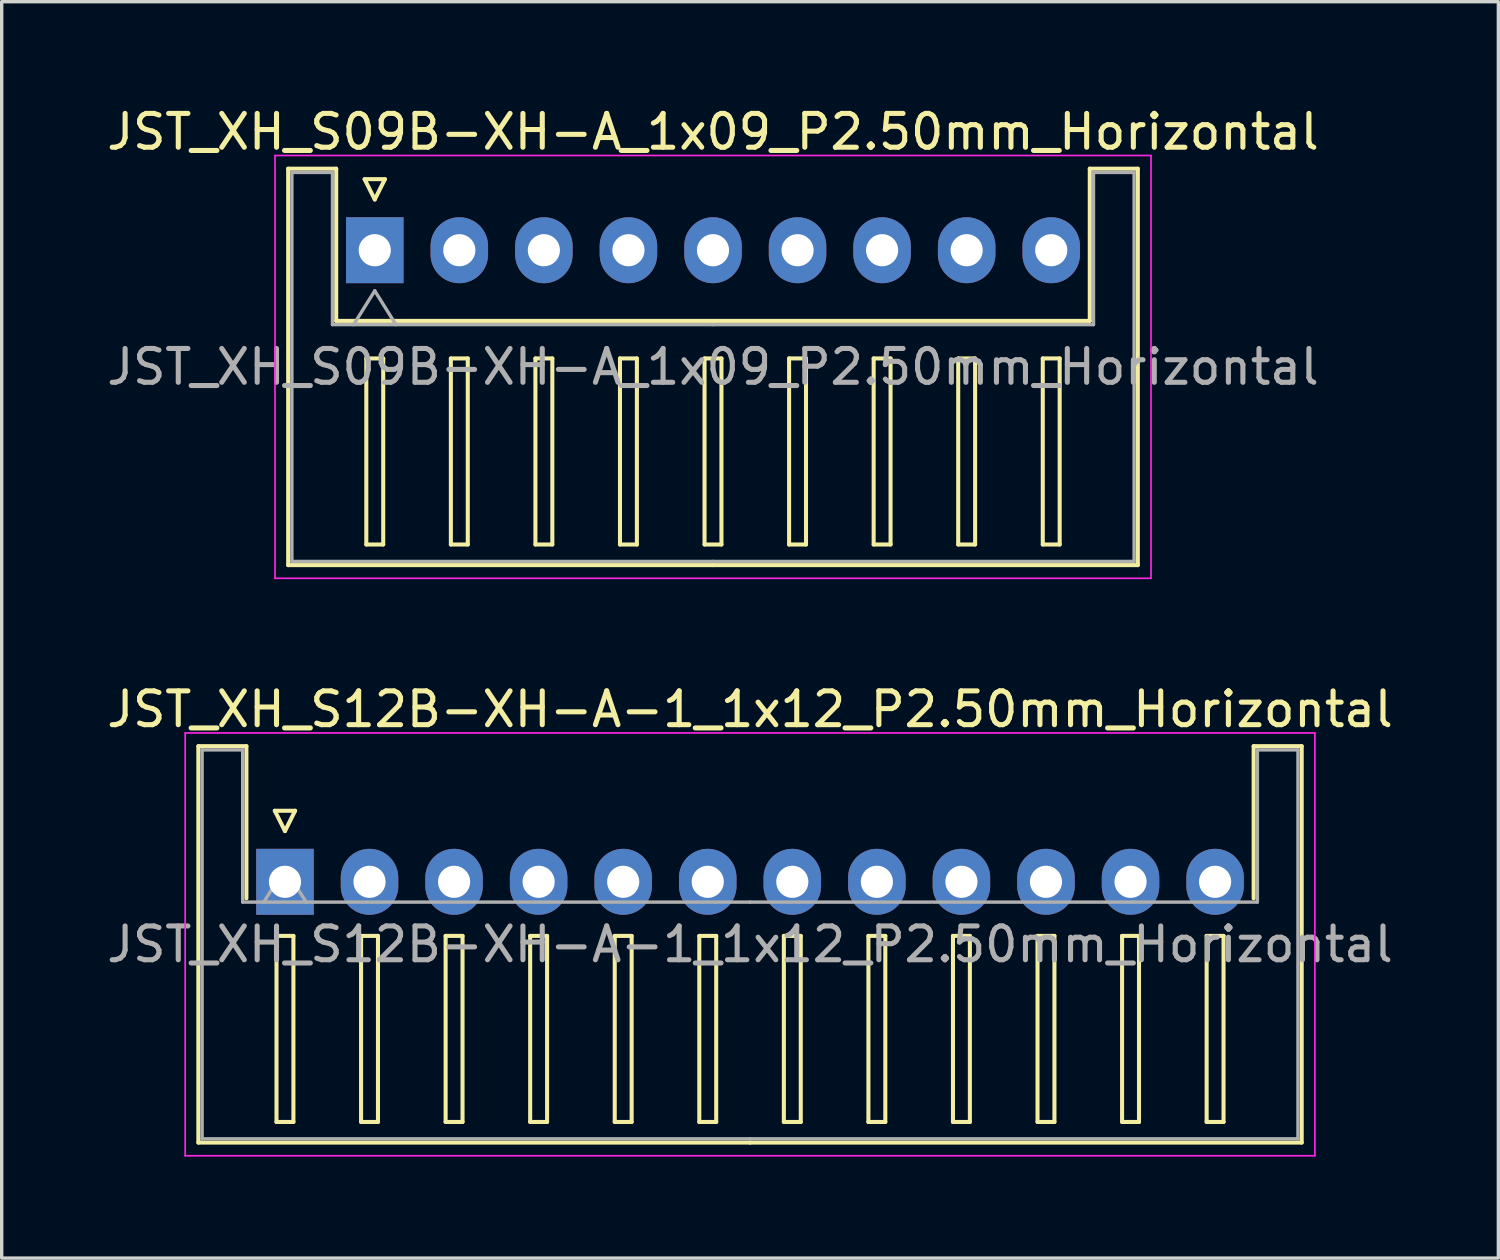
<source format=kicad_pcb>
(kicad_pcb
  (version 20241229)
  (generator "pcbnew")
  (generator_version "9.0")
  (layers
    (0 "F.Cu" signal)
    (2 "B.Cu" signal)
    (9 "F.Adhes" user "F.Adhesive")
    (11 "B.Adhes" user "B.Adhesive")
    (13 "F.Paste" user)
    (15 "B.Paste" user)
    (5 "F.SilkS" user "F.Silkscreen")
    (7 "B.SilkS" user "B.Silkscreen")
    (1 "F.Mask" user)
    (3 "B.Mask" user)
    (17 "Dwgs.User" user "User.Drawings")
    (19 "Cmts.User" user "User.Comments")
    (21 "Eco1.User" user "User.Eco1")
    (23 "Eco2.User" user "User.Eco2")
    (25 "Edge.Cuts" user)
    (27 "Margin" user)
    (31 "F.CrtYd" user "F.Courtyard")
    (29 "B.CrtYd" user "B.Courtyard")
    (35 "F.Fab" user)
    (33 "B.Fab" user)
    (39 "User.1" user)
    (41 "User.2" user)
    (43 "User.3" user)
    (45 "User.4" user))
  (footprint "JST_XH_S09B-XH-A_1x09_P2.50mm_Horizontal"
    (layer "F.Cu")
    (at 8.03 4.348)
    (property "Reference" "JST_XH_S09B-XH-A_1x09_P2.50mm_Horizontal" (at 10 -3.5 0) (layer "F.SilkS") (effects (font (size 1 1) (thickness 0.15))))
    (attr through_hole)
    (fp_line (start -2.56 -2.41) (end -1.14 -2.41) (stroke (width 0.12) (type solid)) (layer "F.SilkS"))
    (fp_line (start -2.56 9.31) (end -2.56 -2.41) (stroke (width 0.12) (type solid)) (layer "F.SilkS"))
    (fp_line (start -1.14 -2.41) (end -1.14 2.09) (stroke (width 0.12) (type solid)) (layer "F.SilkS"))
    (fp_line (start -1.14 2.09) (end 10 2.09) (stroke (width 0.12) (type solid)) (layer "F.SilkS"))
    (fp_line (start -0.3 -2.1) (end 0.3 -2.1) (stroke (width 0.12) (type solid)) (layer "F.SilkS"))
    (fp_line (start -0.25 3.2) (end -0.25 8.7) (stroke (width 0.12) (type solid)) (layer "F.SilkS"))
    (fp_line (start -0.25 8.7) (end 0.25 8.7) (stroke (width 0.12) (type solid)) (layer "F.SilkS"))
    (fp_line (start 0 -1.5) (end -0.3 -2.1) (stroke (width 0.12) (type solid)) (layer "F.SilkS"))
    (fp_line (start 0.25 3.2) (end -0.25 3.2) (stroke (width 0.12) (type solid)) (layer "F.SilkS"))
    (fp_line (start 0.25 8.7) (end 0.25 3.2) (stroke (width 0.12) (type solid)) (layer "F.SilkS"))
    (fp_line (start 0.3 -2.1) (end 0 -1.5) (stroke (width 0.12) (type solid)) (layer "F.SilkS"))
    (fp_line (start 2.25 3.2) (end 2.25 8.7) (stroke (width 0.12) (type solid)) (layer "F.SilkS"))
    (fp_line (start 2.25 8.7) (end 2.75 8.7) (stroke (width 0.12) (type solid)) (layer "F.SilkS"))
    (fp_line (start 2.75 3.2) (end 2.25 3.2) (stroke (width 0.12) (type solid)) (layer "F.SilkS"))
    (fp_line (start 2.75 8.7) (end 2.75 3.2) (stroke (width 0.12) (type solid)) (layer "F.SilkS"))
    (fp_line (start 4.75 3.2) (end 4.75 8.7) (stroke (width 0.12) (type solid)) (layer "F.SilkS"))
    (fp_line (start 4.75 8.7) (end 5.25 8.7) (stroke (width 0.12) (type solid)) (layer "F.SilkS"))
    (fp_line (start 5.25 3.2) (end 4.75 3.2) (stroke (width 0.12) (type solid)) (layer "F.SilkS"))
    (fp_line (start 5.25 8.7) (end 5.25 3.2) (stroke (width 0.12) (type solid)) (layer "F.SilkS"))
    (fp_line (start 7.25 3.2) (end 7.25 8.7) (stroke (width 0.12) (type solid)) (layer "F.SilkS"))
    (fp_line (start 7.25 8.7) (end 7.75 8.7) (stroke (width 0.12) (type solid)) (layer "F.SilkS"))
    (fp_line (start 7.75 3.2) (end 7.25 3.2) (stroke (width 0.12) (type solid)) (layer "F.SilkS"))
    (fp_line (start 7.75 8.7) (end 7.75 3.2) (stroke (width 0.12) (type solid)) (layer "F.SilkS"))
    (fp_line (start 9.75 3.2) (end 9.75 8.7) (stroke (width 0.12) (type solid)) (layer "F.SilkS"))
    (fp_line (start 9.75 8.7) (end 10.25 8.7) (stroke (width 0.12) (type solid)) (layer "F.SilkS"))
    (fp_line (start 10 9.31) (end -2.56 9.31) (stroke (width 0.12) (type solid)) (layer "F.SilkS"))
    (fp_line (start 10 9.31) (end 22.56 9.31) (stroke (width 0.12) (type solid)) (layer "F.SilkS"))
    (fp_line (start 10.25 3.2) (end 9.75 3.2) (stroke (width 0.12) (type solid)) (layer "F.SilkS"))
    (fp_line (start 10.25 8.7) (end 10.25 3.2) (stroke (width 0.12) (type solid)) (layer "F.SilkS"))
    (fp_line (start 12.25 3.2) (end 12.25 8.7) (stroke (width 0.12) (type solid)) (layer "F.SilkS"))
    (fp_line (start 12.25 8.7) (end 12.75 8.7) (stroke (width 0.12) (type solid)) (layer "F.SilkS"))
    (fp_line (start 12.75 3.2) (end 12.25 3.2) (stroke (width 0.12) (type solid)) (layer "F.SilkS"))
    (fp_line (start 12.75 8.7) (end 12.75 3.2) (stroke (width 0.12) (type solid)) (layer "F.SilkS"))
    (fp_line (start 14.75 3.2) (end 14.75 8.7) (stroke (width 0.12) (type solid)) (layer "F.SilkS"))
    (fp_line (start 14.75 8.7) (end 15.25 8.7) (stroke (width 0.12) (type solid)) (layer "F.SilkS"))
    (fp_line (start 15.25 3.2) (end 14.75 3.2) (stroke (width 0.12) (type solid)) (layer "F.SilkS"))
    (fp_line (start 15.25 8.7) (end 15.25 3.2) (stroke (width 0.12) (type solid)) (layer "F.SilkS"))
    (fp_line (start 17.25 3.2) (end 17.25 8.7) (stroke (width 0.12) (type solid)) (layer "F.SilkS"))
    (fp_line (start 17.25 8.7) (end 17.75 8.7) (stroke (width 0.12) (type solid)) (layer "F.SilkS"))
    (fp_line (start 17.75 3.2) (end 17.25 3.2) (stroke (width 0.12) (type solid)) (layer "F.SilkS"))
    (fp_line (start 17.75 8.7) (end 17.75 3.2) (stroke (width 0.12) (type solid)) (layer "F.SilkS"))
    (fp_line (start 19.75 3.2) (end 19.75 8.7) (stroke (width 0.12) (type solid)) (layer "F.SilkS"))
    (fp_line (start 19.75 8.7) (end 20.25 8.7) (stroke (width 0.12) (type solid)) (layer "F.SilkS"))
    (fp_line (start 20.25 3.2) (end 19.75 3.2) (stroke (width 0.12) (type solid)) (layer "F.SilkS"))
    (fp_line (start 20.25 8.7) (end 20.25 3.2) (stroke (width 0.12) (type solid)) (layer "F.SilkS"))
    (fp_line (start 21.14 -2.41) (end 21.14 2.09) (stroke (width 0.12) (type solid)) (layer "F.SilkS"))
    (fp_line (start 21.14 2.09) (end 10 2.09) (stroke (width 0.12) (type solid)) (layer "F.SilkS"))
    (fp_line (start 22.56 -2.41) (end 21.14 -2.41) (stroke (width 0.12) (type solid)) (layer "F.SilkS"))
    (fp_line (start 22.56 9.31) (end 22.56 -2.41) (stroke (width 0.12) (type solid)) (layer "F.SilkS"))
    (fp_line (start -2.95 -2.8) (end -2.95 9.7) (stroke (width 0.05) (type solid)) (layer "F.CrtYd"))
    (fp_line (start -2.95 9.7) (end 22.95 9.7) (stroke (width 0.05) (type solid)) (layer "F.CrtYd"))
    (fp_line (start 22.95 -2.8) (end -2.95 -2.8) (stroke (width 0.05) (type solid)) (layer "F.CrtYd"))
    (fp_line (start 22.95 9.7) (end 22.95 -2.8) (stroke (width 0.05) (type solid)) (layer "F.CrtYd"))
    (fp_line (start -2.45 -2.3) (end -1.25 -2.3) (stroke (width 0.1) (type solid)) (layer "F.Fab"))
    (fp_line (start -2.45 9.2) (end -2.45 -2.3) (stroke (width 0.1) (type solid)) (layer "F.Fab"))
    (fp_line (start -1.25 -2.3) (end -1.25 2.2) (stroke (width 0.1) (type solid)) (layer "F.Fab"))
    (fp_line (start -1.25 2.2) (end 10 2.2) (stroke (width 0.1) (type solid)) (layer "F.Fab"))
    (fp_line (start -0.625 2.2) (end 0 1.2) (stroke (width 0.1) (type solid)) (layer "F.Fab"))
    (fp_line (start 0 1.2) (end 0.625 2.2) (stroke (width 0.1) (type solid)) (layer "F.Fab"))
    (fp_line (start 10 9.2) (end -2.45 9.2) (stroke (width 0.1) (type solid)) (layer "F.Fab"))
    (fp_line (start 10 9.2) (end 22.45 9.2) (stroke (width 0.1) (type solid)) (layer "F.Fab"))
    (fp_line (start 21.25 -2.3) (end 21.25 2.2) (stroke (width 0.1) (type solid)) (layer "F.Fab"))
    (fp_line (start 21.25 2.2) (end 10 2.2) (stroke (width 0.1) (type solid)) (layer "F.Fab"))
    (fp_line (start 22.45 -2.3) (end 21.25 -2.3) (stroke (width 0.1) (type solid)) (layer "F.Fab"))
    (fp_line (start 22.45 9.2) (end 22.45 -2.3) (stroke (width 0.1) (type solid)) (layer "F.Fab"))
    (fp_text user "${REFERENCE}" (at 10 3.45 0) (layer "F.Fab") (effects (font (size 1 1) (thickness 0.15))))
    (pad "1" thru_hole rect (at 0 0) (size 1.7 1.95) (drill 0.95) (layers "*.Cu" "*.Mask"))
    (pad "2" thru_hole oval (at 2.5 0) (size 1.7 1.95) (drill 0.95) (layers "*.Cu" "*.Mask"))
    (pad "3" thru_hole oval (at 5 0) (size 1.7 1.95) (drill 0.95) (layers "*.Cu" "*.Mask"))
    (pad "4" thru_hole oval (at 7.5 0) (size 1.7 1.95) (drill 0.95) (layers "*.Cu" "*.Mask"))
    (pad "5" thru_hole oval (at 10 0) (size 1.7 1.95) (drill 0.95) (layers "*.Cu" "*.Mask"))
    (pad "6" thru_hole oval (at 12.5 0) (size 1.7 1.95) (drill 0.95) (layers "*.Cu" "*.Mask"))
    (pad "7" thru_hole oval (at 15 0) (size 1.7 1.95) (drill 0.95) (layers "*.Cu" "*.Mask"))
    (pad "8" thru_hole oval (at 17.5 0) (size 1.7 1.95) (drill 0.95) (layers "*.Cu" "*.Mask"))
    (pad "9" thru_hole oval (at 20 0) (size 1.7 1.95) (drill 0.95) (layers "*.Cu" "*.Mask")))
  (footprint "JST_XH_S12B-XH-A-1_1x12_P2.50mm_Horizontal"
    (layer "F.Cu")
    (at 5.375 23.021)
    (property "Reference" "JST_XH_S12B-XH-A-1_1x12_P2.50mm_Horizontal" (at 13.75 -5.1 0) (layer "F.SilkS") (effects (font (size 1 1) (thickness 0.15))))
    (attr through_hole)
    (fp_line (start -2.56 -4.01) (end -1.14 -4.01) (stroke (width 0.12) (type solid)) (layer "F.SilkS"))
    (fp_line (start -2.56 7.71) (end -2.56 -4.01) (stroke (width 0.12) (type solid)) (layer "F.SilkS"))
    (fp_line (start -1.14 -4.01) (end -1.14 0.49) (stroke (width 0.12) (type solid)) (layer "F.SilkS"))
    (fp_line (start -0.3 -2.1) (end 0.3 -2.1) (stroke (width 0.12) (type solid)) (layer "F.SilkS"))
    (fp_line (start -0.25 1.6) (end -0.25 7.1) (stroke (width 0.12) (type solid)) (layer "F.SilkS"))
    (fp_line (start -0.25 7.1) (end 0.25 7.1) (stroke (width 0.12) (type solid)) (layer "F.SilkS"))
    (fp_line (start 0 -1.5) (end -0.3 -2.1) (stroke (width 0.12) (type solid)) (layer "F.SilkS"))
    (fp_line (start 0.25 1.6) (end -0.25 1.6) (stroke (width 0.12) (type solid)) (layer "F.SilkS"))
    (fp_line (start 0.25 7.1) (end 0.25 1.6) (stroke (width 0.12) (type solid)) (layer "F.SilkS"))
    (fp_line (start 0.3 -2.1) (end 0 -1.5) (stroke (width 0.12) (type solid)) (layer "F.SilkS"))
    (fp_line (start 2.25 1.6) (end 2.25 7.1) (stroke (width 0.12) (type solid)) (layer "F.SilkS"))
    (fp_line (start 2.25 7.1) (end 2.75 7.1) (stroke (width 0.12) (type solid)) (layer "F.SilkS"))
    (fp_line (start 2.75 1.6) (end 2.25 1.6) (stroke (width 0.12) (type solid)) (layer "F.SilkS"))
    (fp_line (start 2.75 7.1) (end 2.75 1.6) (stroke (width 0.12) (type solid)) (layer "F.SilkS"))
    (fp_line (start 4.75 1.6) (end 4.75 7.1) (stroke (width 0.12) (type solid)) (layer "F.SilkS"))
    (fp_line (start 4.75 7.1) (end 5.25 7.1) (stroke (width 0.12) (type solid)) (layer "F.SilkS"))
    (fp_line (start 5.25 1.6) (end 4.75 1.6) (stroke (width 0.12) (type solid)) (layer "F.SilkS"))
    (fp_line (start 5.25 7.1) (end 5.25 1.6) (stroke (width 0.12) (type solid)) (layer "F.SilkS"))
    (fp_line (start 7.25 1.6) (end 7.25 7.1) (stroke (width 0.12) (type solid)) (layer "F.SilkS"))
    (fp_line (start 7.25 7.1) (end 7.75 7.1) (stroke (width 0.12) (type solid)) (layer "F.SilkS"))
    (fp_line (start 7.75 1.6) (end 7.25 1.6) (stroke (width 0.12) (type solid)) (layer "F.SilkS"))
    (fp_line (start 7.75 7.1) (end 7.75 1.6) (stroke (width 0.12) (type solid)) (layer "F.SilkS"))
    (fp_line (start 9.75 1.6) (end 9.75 7.1) (stroke (width 0.12) (type solid)) (layer "F.SilkS"))
    (fp_line (start 9.75 7.1) (end 10.25 7.1) (stroke (width 0.12) (type solid)) (layer "F.SilkS"))
    (fp_line (start 10.25 1.6) (end 9.75 1.6) (stroke (width 0.12) (type solid)) (layer "F.SilkS"))
    (fp_line (start 10.25 7.1) (end 10.25 1.6) (stroke (width 0.12) (type solid)) (layer "F.SilkS"))
    (fp_line (start 12.25 1.6) (end 12.25 7.1) (stroke (width 0.12) (type solid)) (layer "F.SilkS"))
    (fp_line (start 12.25 7.1) (end 12.75 7.1) (stroke (width 0.12) (type solid)) (layer "F.SilkS"))
    (fp_line (start 12.75 1.6) (end 12.25 1.6) (stroke (width 0.12) (type solid)) (layer "F.SilkS"))
    (fp_line (start 12.75 7.1) (end 12.75 1.6) (stroke (width 0.12) (type solid)) (layer "F.SilkS"))
    (fp_line (start 13.75 7.71) (end -2.56 7.71) (stroke (width 0.12) (type solid)) (layer "F.SilkS"))
    (fp_line (start 13.75 7.71) (end 30.06 7.71) (stroke (width 0.12) (type solid)) (layer "F.SilkS"))
    (fp_line (start 14.75 1.6) (end 14.75 7.1) (stroke (width 0.12) (type solid)) (layer "F.SilkS"))
    (fp_line (start 14.75 7.1) (end 15.25 7.1) (stroke (width 0.12) (type solid)) (layer "F.SilkS"))
    (fp_line (start 15.25 1.6) (end 14.75 1.6) (stroke (width 0.12) (type solid)) (layer "F.SilkS"))
    (fp_line (start 15.25 7.1) (end 15.25 1.6) (stroke (width 0.12) (type solid)) (layer "F.SilkS"))
    (fp_line (start 17.25 1.6) (end 17.25 7.1) (stroke (width 0.12) (type solid)) (layer "F.SilkS"))
    (fp_line (start 17.25 7.1) (end 17.75 7.1) (stroke (width 0.12) (type solid)) (layer "F.SilkS"))
    (fp_line (start 17.75 1.6) (end 17.25 1.6) (stroke (width 0.12) (type solid)) (layer "F.SilkS"))
    (fp_line (start 17.75 7.1) (end 17.75 1.6) (stroke (width 0.12) (type solid)) (layer "F.SilkS"))
    (fp_line (start 19.75 1.6) (end 19.75 7.1) (stroke (width 0.12) (type solid)) (layer "F.SilkS"))
    (fp_line (start 19.75 7.1) (end 20.25 7.1) (stroke (width 0.12) (type solid)) (layer "F.SilkS"))
    (fp_line (start 20.25 1.6) (end 19.75 1.6) (stroke (width 0.12) (type solid)) (layer "F.SilkS"))
    (fp_line (start 20.25 7.1) (end 20.25 1.6) (stroke (width 0.12) (type solid)) (layer "F.SilkS"))
    (fp_line (start 22.25 1.6) (end 22.25 7.1) (stroke (width 0.12) (type solid)) (layer "F.SilkS"))
    (fp_line (start 22.25 7.1) (end 22.75 7.1) (stroke (width 0.12) (type solid)) (layer "F.SilkS"))
    (fp_line (start 22.75 1.6) (end 22.25 1.6) (stroke (width 0.12) (type solid)) (layer "F.SilkS"))
    (fp_line (start 22.75 7.1) (end 22.75 1.6) (stroke (width 0.12) (type solid)) (layer "F.SilkS"))
    (fp_line (start 24.75 1.6) (end 24.75 7.1) (stroke (width 0.12) (type solid)) (layer "F.SilkS"))
    (fp_line (start 24.75 7.1) (end 25.25 7.1) (stroke (width 0.12) (type solid)) (layer "F.SilkS"))
    (fp_line (start 25.25 1.6) (end 24.75 1.6) (stroke (width 0.12) (type solid)) (layer "F.SilkS"))
    (fp_line (start 25.25 7.1) (end 25.25 1.6) (stroke (width 0.12) (type solid)) (layer "F.SilkS"))
    (fp_line (start 27.25 1.6) (end 27.25 7.1) (stroke (width 0.12) (type solid)) (layer "F.SilkS"))
    (fp_line (start 27.25 7.1) (end 27.75 7.1) (stroke (width 0.12) (type solid)) (layer "F.SilkS"))
    (fp_line (start 27.75 1.6) (end 27.25 1.6) (stroke (width 0.12) (type solid)) (layer "F.SilkS"))
    (fp_line (start 27.75 7.1) (end 27.75 1.6) (stroke (width 0.12) (type solid)) (layer "F.SilkS"))
    (fp_line (start 28.64 -4.01) (end 28.64 0.49) (stroke (width 0.12) (type solid)) (layer "F.SilkS"))
    (fp_line (start 30.06 -4.01) (end 28.64 -4.01) (stroke (width 0.12) (type solid)) (layer "F.SilkS"))
    (fp_line (start 30.06 7.71) (end 30.06 -4.01) (stroke (width 0.12) (type solid)) (layer "F.SilkS"))
    (fp_line (start -2.95 -4.4) (end -2.95 8.1) (stroke (width 0.05) (type solid)) (layer "F.CrtYd"))
    (fp_line (start -2.95 8.1) (end 30.45 8.1) (stroke (width 0.05) (type solid)) (layer "F.CrtYd"))
    (fp_line (start 30.45 -4.4) (end -2.95 -4.4) (stroke (width 0.05) (type solid)) (layer "F.CrtYd"))
    (fp_line (start 30.45 8.1) (end 30.45 -4.4) (stroke (width 0.05) (type solid)) (layer "F.CrtYd"))
    (fp_line (start -2.45 -3.9) (end -1.25 -3.9) (stroke (width 0.1) (type solid)) (layer "F.Fab"))
    (fp_line (start -2.45 7.6) (end -2.45 -3.9) (stroke (width 0.1) (type solid)) (layer "F.Fab"))
    (fp_line (start -1.25 -3.9) (end -1.25 0.6) (stroke (width 0.1) (type solid)) (layer "F.Fab"))
    (fp_line (start -1.25 0.6) (end 13.75 0.6) (stroke (width 0.1) (type solid)) (layer "F.Fab"))
    (fp_line (start -0.625 0.6) (end 0 -0.4) (stroke (width 0.1) (type solid)) (layer "F.Fab"))
    (fp_line (start 0 -0.4) (end 0.625 0.6) (stroke (width 0.1) (type solid)) (layer "F.Fab"))
    (fp_line (start 13.75 7.6) (end -2.45 7.6) (stroke (width 0.1) (type solid)) (layer "F.Fab"))
    (fp_line (start 13.75 7.6) (end 29.95 7.6) (stroke (width 0.1) (type solid)) (layer "F.Fab"))
    (fp_line (start 28.75 -3.9) (end 28.75 0.6) (stroke (width 0.1) (type solid)) (layer "F.Fab"))
    (fp_line (start 28.75 0.6) (end 13.75 0.6) (stroke (width 0.1) (type solid)) (layer "F.Fab"))
    (fp_line (start 29.95 -3.9) (end 28.75 -3.9) (stroke (width 0.1) (type solid)) (layer "F.Fab"))
    (fp_line (start 29.95 7.6) (end 29.95 -3.9) (stroke (width 0.1) (type solid)) (layer "F.Fab"))
    (fp_text user "${REFERENCE}" (at 13.75 1.85 0) (layer "F.Fab") (effects (font (size 1 1) (thickness 0.15))))
    (pad "1" thru_hole rect (at 0 0) (size 1.7 1.95) (drill 0.95) (layers "*.Cu" "*.Mask"))
    (pad "2" thru_hole oval (at 2.5 0) (size 1.7 1.95) (drill 0.95) (layers "*.Cu" "*.Mask"))
    (pad "3" thru_hole oval (at 5 0) (size 1.7 1.95) (drill 0.95) (layers "*.Cu" "*.Mask"))
    (pad "4" thru_hole oval (at 7.5 0) (size 1.7 1.95) (drill 0.95) (layers "*.Cu" "*.Mask"))
    (pad "5" thru_hole oval (at 10 0) (size 1.7 1.95) (drill 0.95) (layers "*.Cu" "*.Mask"))
    (pad "6" thru_hole oval (at 12.5 0) (size 1.7 1.95) (drill 0.95) (layers "*.Cu" "*.Mask"))
    (pad "7" thru_hole oval (at 15 0) (size 1.7 1.95) (drill 0.95) (layers "*.Cu" "*.Mask"))
    (pad "8" thru_hole oval (at 17.5 0) (size 1.7 1.95) (drill 0.95) (layers "*.Cu" "*.Mask"))
    (pad "9" thru_hole oval (at 20 0) (size 1.7 1.95) (drill 0.95) (layers "*.Cu" "*.Mask"))
    (pad "10" thru_hole oval (at 22.5 0) (size 1.7 1.95) (drill 0.95) (layers "*.Cu" "*.Mask"))
    (pad "11" thru_hole oval (at 25 0) (size 1.7 1.95) (drill 0.95) (layers "*.Cu" "*.Mask"))
    (pad "12" thru_hole oval (at 27.5 0) (size 1.7 1.95) (drill 0.95) (layers "*.Cu" "*.Mask")))
  (gr_rect
    (start -3 -3)
    (end 41.25 34.147)
    (stroke (width 0.1) (type default))
    (fill no)
    (layer "Edge.Cuts")))
</source>
